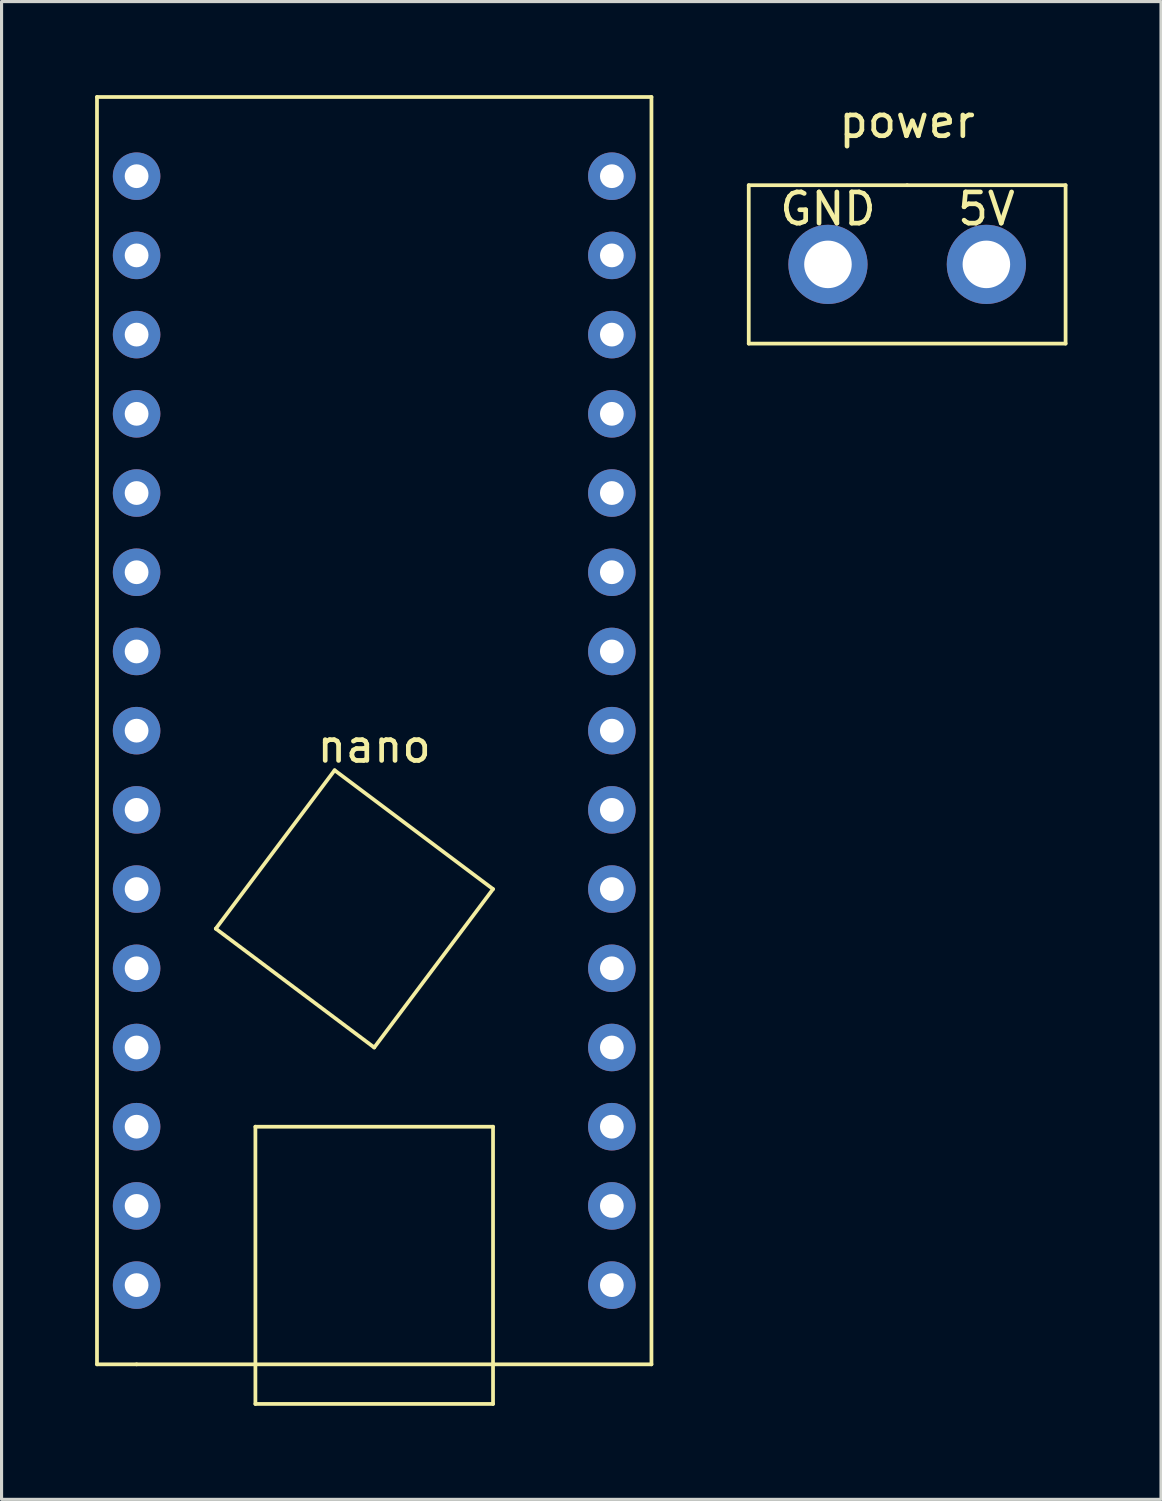
<source format=kicad_pcb>
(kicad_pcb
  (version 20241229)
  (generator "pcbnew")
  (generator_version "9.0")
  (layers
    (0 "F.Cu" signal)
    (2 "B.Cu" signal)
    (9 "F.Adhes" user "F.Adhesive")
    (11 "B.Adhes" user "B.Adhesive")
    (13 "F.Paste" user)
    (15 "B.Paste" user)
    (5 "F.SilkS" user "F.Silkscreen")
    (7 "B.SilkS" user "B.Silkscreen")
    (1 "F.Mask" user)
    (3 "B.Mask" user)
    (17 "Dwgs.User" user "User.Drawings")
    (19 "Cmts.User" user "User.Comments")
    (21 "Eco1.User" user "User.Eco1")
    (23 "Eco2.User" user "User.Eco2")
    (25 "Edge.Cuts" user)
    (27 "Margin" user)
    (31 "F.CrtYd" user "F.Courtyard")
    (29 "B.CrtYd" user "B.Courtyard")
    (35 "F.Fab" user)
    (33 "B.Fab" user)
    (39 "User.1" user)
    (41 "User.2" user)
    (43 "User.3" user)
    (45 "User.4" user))
  (footprint "power"
    (layer "F.Cu")
    (at 26.04 5.428)
    (property "Reference" "power" (at 0 -4.58 0) (layer "F.SilkS") (effects (font (size 1 1) (thickness 0.15))))
    (attr through_hole)
    (fp_line (start -5.08 -2.54) (end -5.08 2.54) (stroke (width 0.12) (type solid)) (layer "F.SilkS"))
    (fp_line (start -5.08 2.54) (end 5.08 2.54) (stroke (width 0.12) (type solid)) (layer "F.SilkS"))
    (fp_line (start 0 -2.54) (end -5.08 -2.54) (stroke (width 0.12) (type solid)) (layer "F.SilkS"))
    (fp_line (start 5.08 -2.54) (end 0 -2.54) (stroke (width 0.12) (type solid)) (layer "F.SilkS"))
    (fp_line (start 5.08 2.54) (end 5.08 -2.54) (stroke (width 0.12) (type solid)) (layer "F.SilkS"))
    (fp_text user "5V" (at 2.54 -1.778 0) (layer "F.SilkS") (effects (font (size 1 1) (thickness 0.15))))
    (fp_text user "GND" (at -2.54 -1.778 0) (layer "F.SilkS") (effects (font (size 1 1) (thickness 0.15))))
    (pad "1" thru_hole circle (at -2.54 0) (size 2.54 2.54) (drill 1.524) (layers "*.Cu" "*.Mask"))
    (pad "2" thru_hole circle (at 2.54 0) (size 2.54 2.54) (drill 1.524) (layers "*.Cu" "*.Mask")))
  (footprint "nano"
    (layer "F.Cu")
    (at 8.95 20.38)
    (property "Reference" "nano" (at 0 0.5 0) (layer "F.SilkS") (effects (font (size 1 1) (thickness 0.15))))
    (attr through_hole)
    (fp_line (start -8.89 -20.32) (end -8.89 20.32) (stroke (width 0.12) (type solid)) (layer "F.SilkS"))
    (fp_line (start -8.89 20.32) (end -7.62 20.32) (stroke (width 0.12) (type solid)) (layer "F.SilkS"))
    (fp_line (start -7.62 20.32) (end 8.89 20.32) (stroke (width 0.12) (type solid)) (layer "F.SilkS"))
    (fp_line (start -5.08 6.35) (end 0 10.16) (stroke (width 0.12) (type solid)) (layer "F.SilkS"))
    (fp_line (start -3.81 12.7) (end -3.81 21.59) (stroke (width 0.12) (type solid)) (layer "F.SilkS"))
    (fp_line (start -3.81 21.59) (end 3.81 21.59) (stroke (width 0.12) (type solid)) (layer "F.SilkS"))
    (fp_line (start -1.27 1.27) (end -5.08 6.35) (stroke (width 0.12) (type solid)) (layer "F.SilkS"))
    (fp_line (start 0 10.16) (end 3.81 5.08) (stroke (width 0.12) (type solid)) (layer "F.SilkS"))
    (fp_line (start 3.81 5.08) (end -1.27 1.27) (stroke (width 0.12) (type solid)) (layer "F.SilkS"))
    (fp_line (start 3.81 12.7) (end -3.81 12.7) (stroke (width 0.12) (type solid)) (layer "F.SilkS"))
    (fp_line (start 3.81 21.59) (end 3.81 12.7) (stroke (width 0.12) (type solid)) (layer "F.SilkS"))
    (fp_line (start 8.89 -20.32) (end -8.89 -20.32) (stroke (width 0.12) (type solid)) (layer "F.SilkS"))
    (fp_line (start 8.89 20.32) (end 8.89 -20.32) (stroke (width 0.12) (type solid)) (layer "F.SilkS"))
    (pad "1" thru_hole circle (at -7.62 -17.78) (size 1.524 1.524) (drill 0.762) (layers "*.Cu" "*.Mask"))
    (pad "2" thru_hole circle (at -7.62 -15.24) (size 1.524 1.524) (drill 0.762) (layers "*.Cu" "*.Mask"))
    (pad "3" thru_hole circle (at -7.62 -12.7) (size 1.524 1.524) (drill 0.762) (layers "*.Cu" "*.Mask"))
    (pad "4" thru_hole circle (at -7.62 -10.16) (size 1.524 1.524) (drill 0.762) (layers "*.Cu" "*.Mask"))
    (pad "5" thru_hole circle (at -7.62 -7.62) (size 1.524 1.524) (drill 0.762) (layers "*.Cu" "*.Mask"))
    (pad "6" thru_hole circle (at -7.62 -5.08) (size 1.524 1.524) (drill 0.762) (layers "*.Cu" "*.Mask"))
    (pad "7" thru_hole circle (at -7.62 -2.54) (size 1.524 1.524) (drill 0.762) (layers "*.Cu" "*.Mask"))
    (pad "8" thru_hole circle (at -7.62 0) (size 1.524 1.524) (drill 0.762) (layers "*.Cu" "*.Mask"))
    (pad "9" thru_hole circle (at -7.62 2.54) (size 1.524 1.524) (drill 0.762) (layers "*.Cu" "*.Mask"))
    (pad "10" thru_hole circle (at -7.62 5.08) (size 1.524 1.524) (drill 0.762) (layers "*.Cu" "*.Mask"))
    (pad "11" thru_hole circle (at -7.62 7.62) (size 1.524 1.524) (drill 0.762) (layers "*.Cu" "*.Mask"))
    (pad "12" thru_hole circle (at -7.62 10.16) (size 1.524 1.524) (drill 0.762) (layers "*.Cu" "*.Mask"))
    (pad "13" thru_hole circle (at -7.62 12.7) (size 1.524 1.524) (drill 0.762) (layers "*.Cu" "*.Mask"))
    (pad "14" thru_hole circle (at -7.62 15.24) (size 1.524 1.524) (drill 0.762) (layers "*.Cu" "*.Mask"))
    (pad "15" thru_hole circle (at -7.62 17.78) (size 1.524 1.524) (drill 0.762) (layers "*.Cu" "*.Mask"))
    (pad "16" thru_hole circle (at 7.62 17.78) (size 1.524 1.524) (drill 0.762) (layers "*.Cu" "*.Mask"))
    (pad "17" thru_hole circle (at 7.62 15.24) (size 1.524 1.524) (drill 0.762) (layers "*.Cu" "*.Mask"))
    (pad "18" thru_hole circle (at 7.62 12.7) (size 1.524 1.524) (drill 0.762) (layers "*.Cu" "*.Mask"))
    (pad "19" thru_hole circle (at 7.62 10.16) (size 1.524 1.524) (drill 0.762) (layers "*.Cu" "*.Mask"))
    (pad "20" thru_hole circle (at 7.62 7.62) (size 1.524 1.524) (drill 0.762) (layers "*.Cu" "*.Mask"))
    (pad "21" thru_hole circle (at 7.62 5.08) (size 1.524 1.524) (drill 0.762) (layers "*.Cu" "*.Mask"))
    (pad "22" thru_hole circle (at 7.62 2.54) (size 1.524 1.524) (drill 0.762) (layers "*.Cu" "*.Mask"))
    (pad "23" thru_hole circle (at 7.62 0) (size 1.524 1.524) (drill 0.762) (layers "*.Cu" "*.Mask"))
    (pad "24" thru_hole circle (at 7.62 -2.54) (size 1.524 1.524) (drill 0.762) (layers "*.Cu" "*.Mask"))
    (pad "25" thru_hole circle (at 7.62 -5.08) (size 1.524 1.524) (drill 0.762) (layers "*.Cu" "*.Mask"))
    (pad "26" thru_hole circle (at 7.62 -7.62) (size 1.524 1.524) (drill 0.762) (layers "*.Cu" "*.Mask"))
    (pad "27" thru_hole circle (at 7.62 -10.16) (size 1.524 1.524) (drill 0.762) (layers "*.Cu" "*.Mask"))
    (pad "28" thru_hole circle (at 7.62 -12.7) (size 1.524 1.524) (drill 0.762) (layers "*.Cu" "*.Mask"))
    (pad "29" thru_hole circle (at 7.62 -15.24) (size 1.524 1.524) (drill 0.762) (layers "*.Cu" "*.Mask"))
    (pad "30" thru_hole circle (at 7.62 -17.78) (size 1.524 1.524) (drill 0.762) (layers "*.Cu" "*.Mask")))
  (gr_rect
    (start -3 -3)
    (end 34.18 45.03)
    (stroke (width 0.1) (type default))
    (fill no)
    (layer "Edge.Cuts")))
</source>
